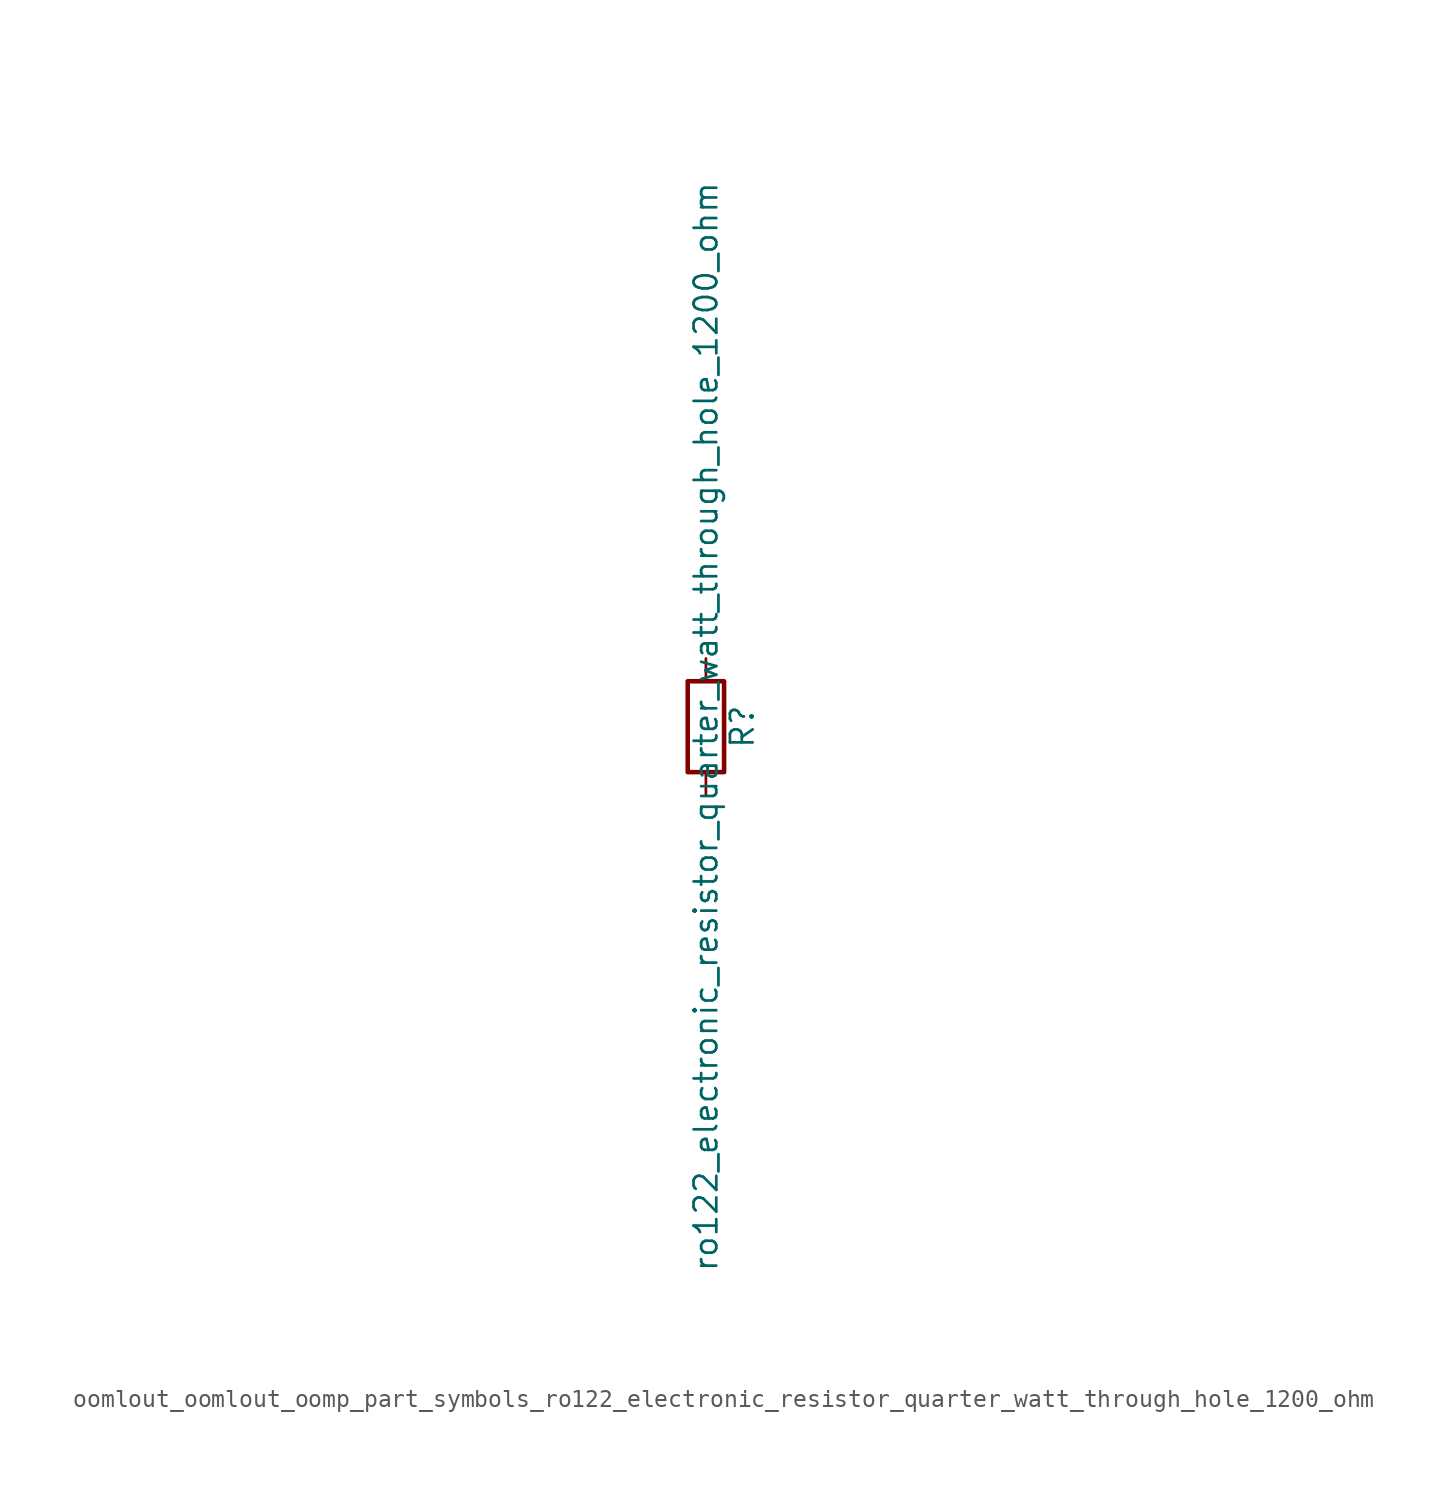
<source format=kicad_sym>
(kicad_symbol_lib
  (version 20220914)
  (generator kicad_symbol_editor)
  (symbol "oomlout_oomlout_oomp_part_symbols_ro122_electronic_resistor_quarter_watt_through_hole_1200_ohm"
    (pin_numbers hide)
    (pin_names
      (offset 0))
    (property "Reference" "R"
      (at 2.032 0 90)
      (effects (font (size 1.27 1.27))))
    (property "Value" "ro122_electronic_resistor_quarter_watt_through_hole_1200_ohm"
      (at 0 0 90)
      (effects (font (size 1.27 1.27))))
    (symbol "oomlout_oomlout_oomp_part_symbols_ro122_electronic_resistor_quarter_watt_through_hole_1200_ohm_0_1"
      (rectangle (start -1.016 -2.54) (end 1.016 2.54) (stroke (width 0.254) (type default)) (fill (type none))))
    (symbol "oomlout_oomlout_oomp_part_symbols_ro122_electronic_resistor_quarter_watt_through_hole_1200_ohm_1_1"
      (pin passive line (at 0 3.81 270) (length 1.27) (name "~" (effects (font (size 1.27 1.27)))) (number "1" (effects (font (size 1.27 1.27)))))
      (pin passive line (at 0 -3.81 90) (length 1.27) (name "~" (effects (font (size 1.27 1.27)))) (number "2" (effects (font (size 1.27 1.27))))))))
</source>
